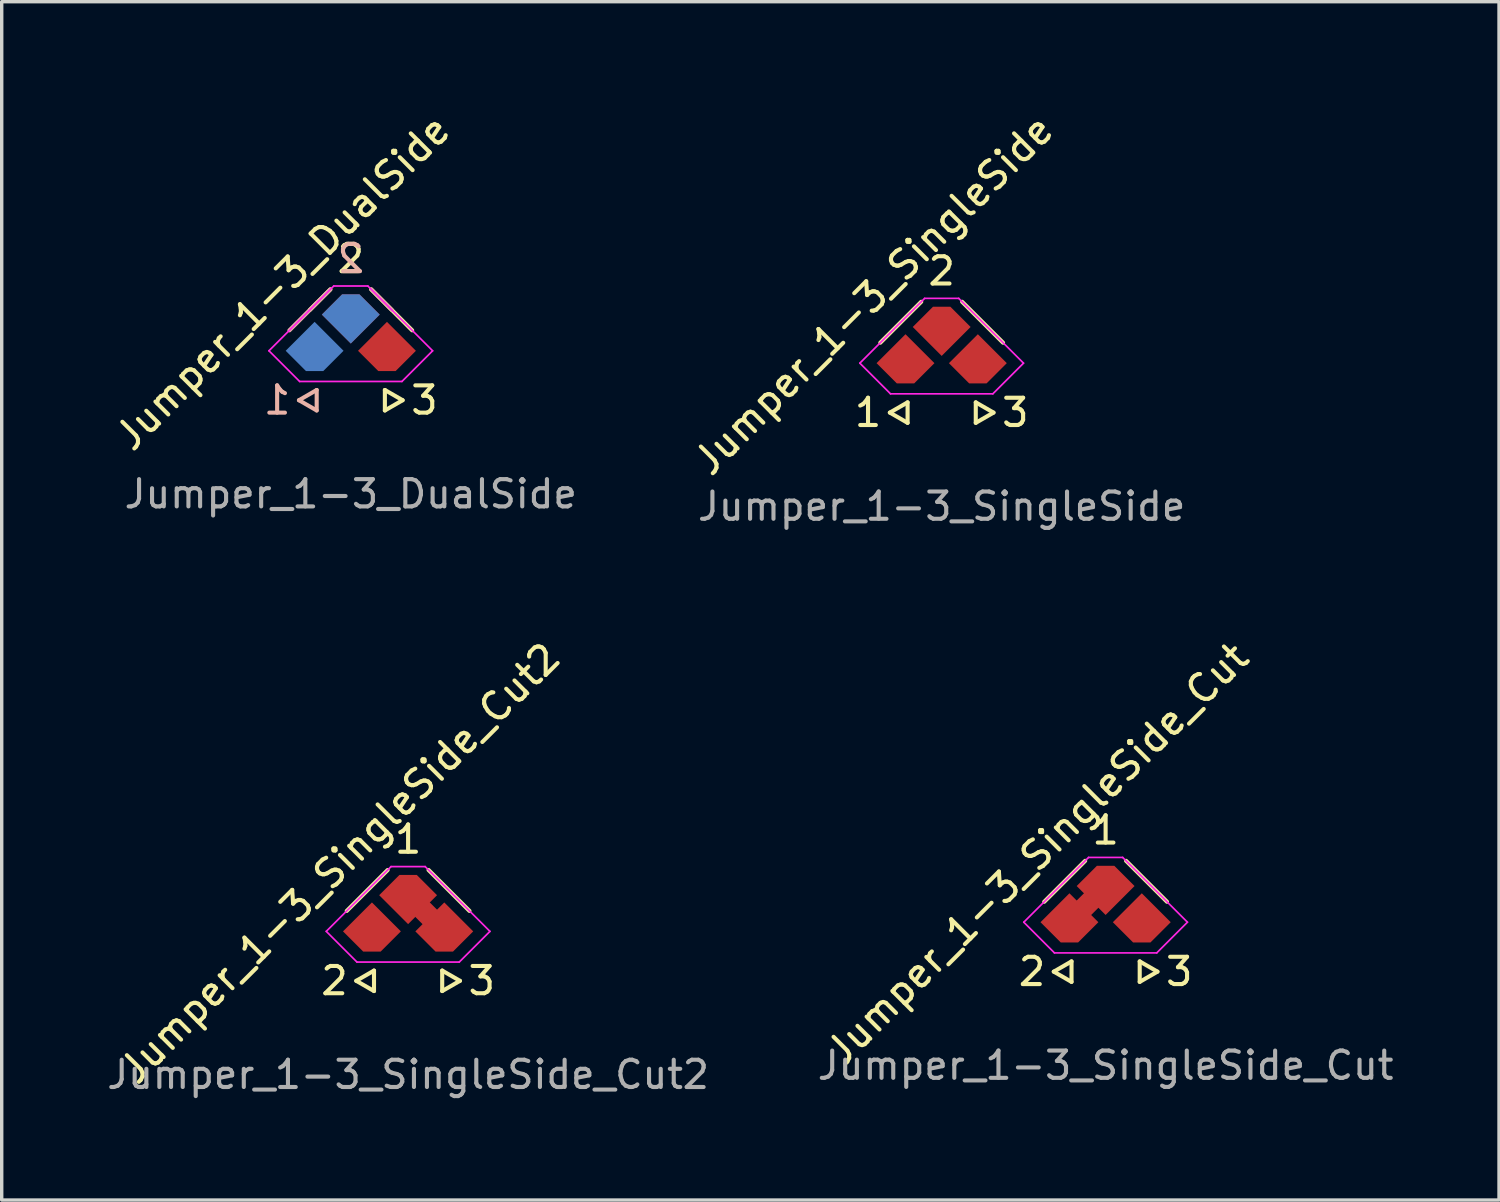
<source format=kicad_pcb>
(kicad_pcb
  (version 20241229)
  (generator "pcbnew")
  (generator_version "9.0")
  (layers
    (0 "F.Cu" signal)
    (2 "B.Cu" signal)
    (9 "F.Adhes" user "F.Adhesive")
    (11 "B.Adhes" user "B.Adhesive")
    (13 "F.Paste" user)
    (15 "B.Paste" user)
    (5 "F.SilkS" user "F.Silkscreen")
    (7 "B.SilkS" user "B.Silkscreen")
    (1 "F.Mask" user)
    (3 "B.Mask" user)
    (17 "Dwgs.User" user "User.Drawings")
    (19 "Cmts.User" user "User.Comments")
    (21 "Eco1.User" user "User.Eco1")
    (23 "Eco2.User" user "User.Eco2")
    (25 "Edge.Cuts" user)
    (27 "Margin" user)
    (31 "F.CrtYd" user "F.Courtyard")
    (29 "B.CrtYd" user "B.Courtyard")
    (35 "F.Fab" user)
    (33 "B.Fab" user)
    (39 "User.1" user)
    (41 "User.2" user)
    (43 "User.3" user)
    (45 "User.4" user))
  (footprint "Jumper_1-3_SingleSide_Cut2"
    (layer "F.Cu")
    (at 8.919 24.266)
    (property "Reference" "Jumper_1-3_SingleSide_Cut2" (at -2 -2 45) (layer "F.SilkS") (effects (font (size 0.8 0.8) (thickness 0.12))))
    (attr smd)
    (fp_line (start -1.8 -0.6) (end -0.6 -1.8) (stroke (width 0.12) (type default)) (layer "F.SilkS"))
    (fp_line (start -1 1.15) (end -1.52 1.45) (stroke (width 0.12) (type default)) (layer "F.SilkS"))
    (fp_line (start -1 1.15) (end -1 1.75) (stroke (width 0.12) (type default)) (layer "F.SilkS"))
    (fp_line (start -1 1.75) (end -1.52 1.45) (stroke (width 0.12) (type default)) (layer "F.SilkS"))
    (fp_line (start 1 1.15) (end 1 1.75) (stroke (width 0.12) (type default)) (layer "F.SilkS"))
    (fp_line (start 1 1.15) (end 1.52 1.45) (stroke (width 0.12) (type default)) (layer "F.SilkS"))
    (fp_line (start 1 1.75) (end 1.52 1.45) (stroke (width 0.12) (type default)) (layer "F.SilkS"))
    (fp_line (start 1.8 -0.6) (end 0.6 -1.8) (stroke (width 0.12) (type default)) (layer "F.SilkS"))
    (fp_line (start -2.4 0) (end -1.5 0.9) (stroke (width 0.05) (type default)) (layer "F.CrtYd"))
    (fp_line (start -2.4 0) (end -0.5 -1.9) (stroke (width 0.05) (type default)) (layer "F.CrtYd"))
    (fp_line (start 0.5 -1.9) (end -0.5 -1.9) (stroke (width 0.05) (type default)) (layer "F.CrtYd"))
    (fp_line (start 1.5 0.9) (end -1.5 0.9) (stroke (width 0.05) (type default)) (layer "F.CrtYd"))
    (fp_line (start 1.5 0.9) (end 2.4 0) (stroke (width 0.05) (type default)) (layer "F.CrtYd"))
    (fp_line (start 2.4 0) (end 0.5 -1.9) (stroke (width 0.05) (type default)) (layer "F.CrtYd"))
    (fp_text user "2" (at -1.7 1.45 180) (layer "F.SilkS") (effects (font (size 0.8 0.8) (thickness 0.12)) (justify right)))
    (fp_text user "3" (at 1.7 1.45 0) (layer "F.SilkS") (effects (font (size 0.8 0.8) (thickness 0.12)) (justify left)))
    (fp_text user "1" (at 0 -2.7 0) (layer "F.SilkS") (effects (font (size 0.8 0.8) (thickness 0.12))))
    (fp_text user "${REFERENCE}" (at 0 4.2 180) (layer "F.Fab") (effects (font (size 0.8 0.8) (thickness 0.12))))
    (pad "" smd rect (at 0.53 -0.53 45) (size 0.6 0.5) (layers "F.Cu" "F.Mask" "F.Paste"))
    (pad "1" smd roundrect (at 0 -1.061 315) (size 1.2 1.2) (layers "F.Cu" "F.Mask" "F.Paste") (roundrect_rratio 0) (chamfer_ratio 0.3) (chamfer top_left))
    (pad "2" smd roundrect (at -1.061 0 315) (size 1.2 1.2) (layers "F.Cu" "F.Mask" "F.Paste") (roundrect_rratio 0) (chamfer_ratio 0.3) (chamfer bottom_right))
    (pad "3" smd roundrect (at 1.061 0 135) (size 1.2 1.2) (layers "F.Cu" "F.Mask" "F.Paste") (roundrect_rratio 0) (chamfer_ratio 0.3) (chamfer top_left)))
  (footprint "Jumper_1-3_SingleSide_Cut"
    (layer "F.Cu")
    (at 29.376 23.997)
    (property "Reference" "Jumper_1-3_SingleSide_Cut" (at -2 -2 45) (layer "F.SilkS") (effects (font (size 0.8 0.8) (thickness 0.12))))
    (attr smd)
    (fp_poly (pts (xy 0 -0.212) (xy -0.212 0) (xy -1.061 -0.849) (xy -0.849 -1.061)) (stroke (width 0) (type default)) (fill yes) (layer "F.Mask"))
    (fp_poly (pts (xy 0.212 0) (xy 0 -0.212) (xy 0.849 -1.061) (xy 1.061 -0.849)) (stroke (width 0) (type default)) (fill yes) (layer "F.Mask"))
    (fp_line (start -1.8 -0.6) (end -0.6 -1.8) (stroke (width 0.12) (type default)) (layer "F.SilkS"))
    (fp_line (start -1 1.15) (end -1.52 1.45) (stroke (width 0.12) (type default)) (layer "F.SilkS"))
    (fp_line (start -1 1.15) (end -1 1.75) (stroke (width 0.12) (type default)) (layer "F.SilkS"))
    (fp_line (start -1 1.75) (end -1.52 1.45) (stroke (width 0.12) (type default)) (layer "F.SilkS"))
    (fp_line (start 1 1.15) (end 1 1.75) (stroke (width 0.12) (type default)) (layer "F.SilkS"))
    (fp_line (start 1 1.15) (end 1.52 1.45) (stroke (width 0.12) (type default)) (layer "F.SilkS"))
    (fp_line (start 1 1.75) (end 1.52 1.45) (stroke (width 0.12) (type default)) (layer "F.SilkS"))
    (fp_line (start 1.8 -0.6) (end 0.6 -1.8) (stroke (width 0.12) (type default)) (layer "F.SilkS"))
    (fp_line (start -2.4 0) (end -1.5 0.9) (stroke (width 0.05) (type default)) (layer "F.CrtYd"))
    (fp_line (start -2.4 0) (end -0.5 -1.9) (stroke (width 0.05) (type default)) (layer "F.CrtYd"))
    (fp_line (start 0.5 -1.9) (end -0.5 -1.9) (stroke (width 0.05) (type default)) (layer "F.CrtYd"))
    (fp_line (start 1.5 0.9) (end -1.5 0.9) (stroke (width 0.05) (type default)) (layer "F.CrtYd"))
    (fp_line (start 1.5 0.9) (end 2.4 0) (stroke (width 0.05) (type default)) (layer "F.CrtYd"))
    (fp_line (start 2.4 0) (end 0.5 -1.9) (stroke (width 0.05) (type default)) (layer "F.CrtYd"))
    (fp_text user "2" (at -1.7 1.45 180) (layer "F.SilkS") (effects (font (size 0.8 0.8) (thickness 0.12)) (justify right)))
    (fp_text user "1" (at 0 -2.7 0) (layer "F.SilkS") (effects (font (size 0.8 0.8) (thickness 0.12))))
    (fp_text user "3" (at 1.7 1.45 0) (layer "F.SilkS") (effects (font (size 0.8 0.8) (thickness 0.12)) (justify left)))
    (fp_text user "${REFERENCE}" (at 0 4.2 180) (layer "F.Fab") (effects (font (size 0.8 0.8) (thickness 0.12))))
    (pad "" smd rect (at -0.53 -0.53 315) (size 0.6 0.5) (layers "F.Cu" "F.Mask" "F.Paste"))
    (pad "1" smd roundrect (at -1.061 0 315) (size 1.2 1.2) (layers "F.Cu" "F.Mask" "F.Paste") (roundrect_rratio 0) (chamfer_ratio 0.3) (chamfer bottom_right))
    (pad "2" smd roundrect (at 0 -1.061 315) (size 1.2 1.2) (layers "F.Cu" "F.Mask" "F.Paste") (roundrect_rratio 0) (chamfer_ratio 0.3) (chamfer top_left))
    (pad "3" smd roundrect (at 1.061 0 135) (size 1.2 1.2) (layers "F.Cu" "F.Mask" "F.Paste") (roundrect_rratio 0) (chamfer_ratio 0.3) (chamfer top_left)))
  (footprint "Jumper_1-3_DualSide"
    (layer "F.Cu")
    (at 7.238 7.238)
    (property "Reference" "Jumper_1-3_DualSide" (at -2 -2 45) (layer "F.SilkS") (effects (font (size 0.8 0.8) (thickness 0.12))))
    (attr smd)
    (fp_poly (pts (xy 0.212 0) (xy 0 -0.212) (xy 0.849 -1.061) (xy 1.061 -0.849)) (stroke (width 0) (type default)) (fill yes) (layer "F.Mask"))
    (fp_poly (pts (xy -0.212 0) (xy 0 -0.212) (xy -0.849 -1.061) (xy -1.061 -0.849)) (stroke (width 0) (type default)) (fill yes) (layer "B.Mask"))
    (fp_line (start -1.2 -1.2) (end -0.6 -1.8) (stroke (width 0.12) (type default)) (layer "F.SilkS"))
    (fp_line (start 1 1.15) (end 1 1.75) (stroke (width 0.12) (type default)) (layer "F.SilkS"))
    (fp_line (start 1 1.15) (end 1.52 1.45) (stroke (width 0.12) (type default)) (layer "F.SilkS"))
    (fp_line (start 1 1.75) (end 1.52 1.45) (stroke (width 0.12) (type default)) (layer "F.SilkS"))
    (fp_line (start 1.8 -0.6) (end 0.6 -1.8) (stroke (width 0.12) (type default)) (layer "F.SilkS"))
    (fp_line (start -1.8 -0.6) (end -0.6 -1.8) (stroke (width 0.12) (type default)) (layer "B.SilkS"))
    (fp_line (start -1 1.15) (end -1.52 1.45) (stroke (width 0.12) (type default)) (layer "B.SilkS"))
    (fp_line (start -1 1.15) (end -1 1.75) (stroke (width 0.12) (type default)) (layer "B.SilkS"))
    (fp_line (start -1 1.75) (end -1.52 1.45) (stroke (width 0.12) (type default)) (layer "B.SilkS"))
    (fp_line (start 1.2 -1.2) (end 0.6 -1.8) (stroke (width 0.12) (type default)) (layer "B.SilkS"))
    (fp_line (start -2.4 0) (end -1.5 0.9) (stroke (width 0.05) (type default)) (layer "F.CrtYd"))
    (fp_line (start -2.4 0) (end -0.5 -1.9) (stroke (width 0.05) (type default)) (layer "F.CrtYd"))
    (fp_line (start 0.5 -1.9) (end -0.5 -1.9) (stroke (width 0.05) (type default)) (layer "F.CrtYd"))
    (fp_line (start 1.5 0.9) (end -1.5 0.9) (stroke (width 0.05) (type default)) (layer "F.CrtYd"))
    (fp_line (start 1.5 0.9) (end 2.4 0) (stroke (width 0.05) (type default)) (layer "F.CrtYd"))
    (fp_line (start 2.4 0) (end 0.5 -1.9) (stroke (width 0.05) (type default)) (layer "F.CrtYd"))
    (fp_text user "3" (at 1.7 1.45 0) (layer "F.SilkS") (effects (font (size 0.8 0.8) (thickness 0.12)) (justify left)))
    (fp_text user "2" (at 0 -2.7 0) (layer "F.SilkS") (effects (font (size 0.8 0.8) (thickness 0.12))))
    (fp_text user "2" (at 0 -2.7 0) (layer "B.SilkS") (effects (font (size 0.8 0.8) (thickness 0.12)) (justify mirror)))
    (fp_text user "1" (at -1.7 1.45 0) (layer "B.SilkS") (effects (font (size 0.8 0.8) (thickness 0.12)) (justify left mirror)))
    (fp_text user "${REFERENCE}" (at 0 4.2 180) (layer "F.Fab") (effects (font (size 0.8 0.8) (thickness 0.12))))
    (pad "1" smd roundrect (at -1.061 0 225) (size 1.2 1.2) (layers "B.Cu" "B.Mask" "B.Paste") (roundrect_rratio 0) (chamfer_ratio 0.3) (chamfer top_right))
    (pad "2" smd roundrect (at 0 -1.061 315) (size 1.2 1.2) (layers "F.Cu" "F.Mask" "F.Paste") (roundrect_rratio 0) (chamfer_ratio 0.3) (chamfer top_left))
    (pad "2" smd roundrect (at 0 -1.061 45) (size 1.2 1.2) (layers "B.Cu" "B.Mask" "B.Paste") (roundrect_rratio 0) (chamfer_ratio 0.3) (chamfer top_right))
    (pad "3" smd roundrect (at 1.061 0 135) (size 1.2 1.2) (layers "F.Cu" "F.Mask" "F.Paste") (roundrect_rratio 0) (chamfer_ratio 0.3) (chamfer top_left)))
  (footprint "Jumper_1-3_SingleSide"
    (layer "F.Cu")
    (at 24.568 7.601)
    (property "Reference" "Jumper_1-3_SingleSide" (at -2 -2 45) (layer "F.SilkS") (effects (font (size 0.8 0.8) (thickness 0.12))))
    (attr exclude_from_pos_files exclude_from_bom allow_soldermask_bridges)
    (fp_poly (pts (xy 0 -0.212) (xy -0.212 0) (xy -1.061 -0.849) (xy -0.849 -1.061)) (stroke (width 0) (type default)) (fill yes) (layer "F.Mask"))
    (fp_poly (pts (xy 0.212 0) (xy 0 -0.212) (xy 0.849 -1.061) (xy 1.061 -0.849)) (stroke (width 0) (type default)) (fill yes) (layer "F.Mask"))
    (fp_line (start -1.8 -0.6) (end -0.6 -1.8) (stroke (width 0.12) (type default)) (layer "F.SilkS"))
    (fp_line (start -1 1.15) (end -1.52 1.45) (stroke (width 0.12) (type default)) (layer "F.SilkS"))
    (fp_line (start -1 1.15) (end -1 1.75) (stroke (width 0.12) (type default)) (layer "F.SilkS"))
    (fp_line (start -1 1.75) (end -1.52 1.45) (stroke (width 0.12) (type default)) (layer "F.SilkS"))
    (fp_line (start 1 1.15) (end 1 1.75) (stroke (width 0.12) (type default)) (layer "F.SilkS"))
    (fp_line (start 1 1.15) (end 1.52 1.45) (stroke (width 0.12) (type default)) (layer "F.SilkS"))
    (fp_line (start 1 1.75) (end 1.52 1.45) (stroke (width 0.12) (type default)) (layer "F.SilkS"))
    (fp_line (start 1.8 -0.6) (end 0.6 -1.8) (stroke (width 0.12) (type default)) (layer "F.SilkS"))
    (fp_line (start -2.4 0) (end -1.5 0.9) (stroke (width 0.05) (type default)) (layer "F.CrtYd"))
    (fp_line (start -2.4 0) (end -0.5 -1.9) (stroke (width 0.05) (type default)) (layer "F.CrtYd"))
    (fp_line (start 0.5 -1.9) (end -0.5 -1.9) (stroke (width 0.05) (type default)) (layer "F.CrtYd"))
    (fp_line (start 1.5 0.9) (end -1.5 0.9) (stroke (width 0.05) (type default)) (layer "F.CrtYd"))
    (fp_line (start 1.5 0.9) (end 2.4 0) (stroke (width 0.05) (type default)) (layer "F.CrtYd"))
    (fp_line (start 2.4 0) (end 0.5 -1.9) (stroke (width 0.05) (type default)) (layer "F.CrtYd"))
    (fp_text user "3" (at 1.7 1.45 0) (layer "F.SilkS") (effects (font (size 0.8 0.8) (thickness 0.12)) (justify left)))
    (fp_text user "1" (at -1.7 1.45 0) (layer "F.SilkS") (effects (font (size 0.8 0.8) (thickness 0.12)) (justify right)))
    (fp_text user "2" (at 0 -2.7 0) (layer "F.SilkS") (effects (font (size 0.8 0.8) (thickness 0.12))))
    (fp_text user "${REFERENCE}" (at 0 4.2 180) (layer "F.Fab") (effects (font (size 0.8 0.8) (thickness 0.12))))
    (pad "1" smd roundrect (at -1.061 0 135) (size 1.2 1.2) (layers "F.Cu" "F.Mask") (roundrect_rratio 0) (chamfer_ratio 0.3) (chamfer top_left))
    (pad "2" smd roundrect (at 0 -1.061 315) (size 1.2 1.2) (layers "F.Cu" "F.Mask") (roundrect_rratio 0) (chamfer_ratio 0.3) (chamfer top_left))
    (pad "3" smd roundrect (at 1.061 0 135) (size 1.2 1.2) (layers "F.Cu" "F.Mask") (roundrect_rratio 0) (chamfer_ratio 0.3) (chamfer top_left)))
  (gr_rect
    (start -3 -3)
    (end 40.914 32.145)
    (stroke (width 0.1) (type default))
    (fill no)
    (layer "Edge.Cuts")))
</source>
